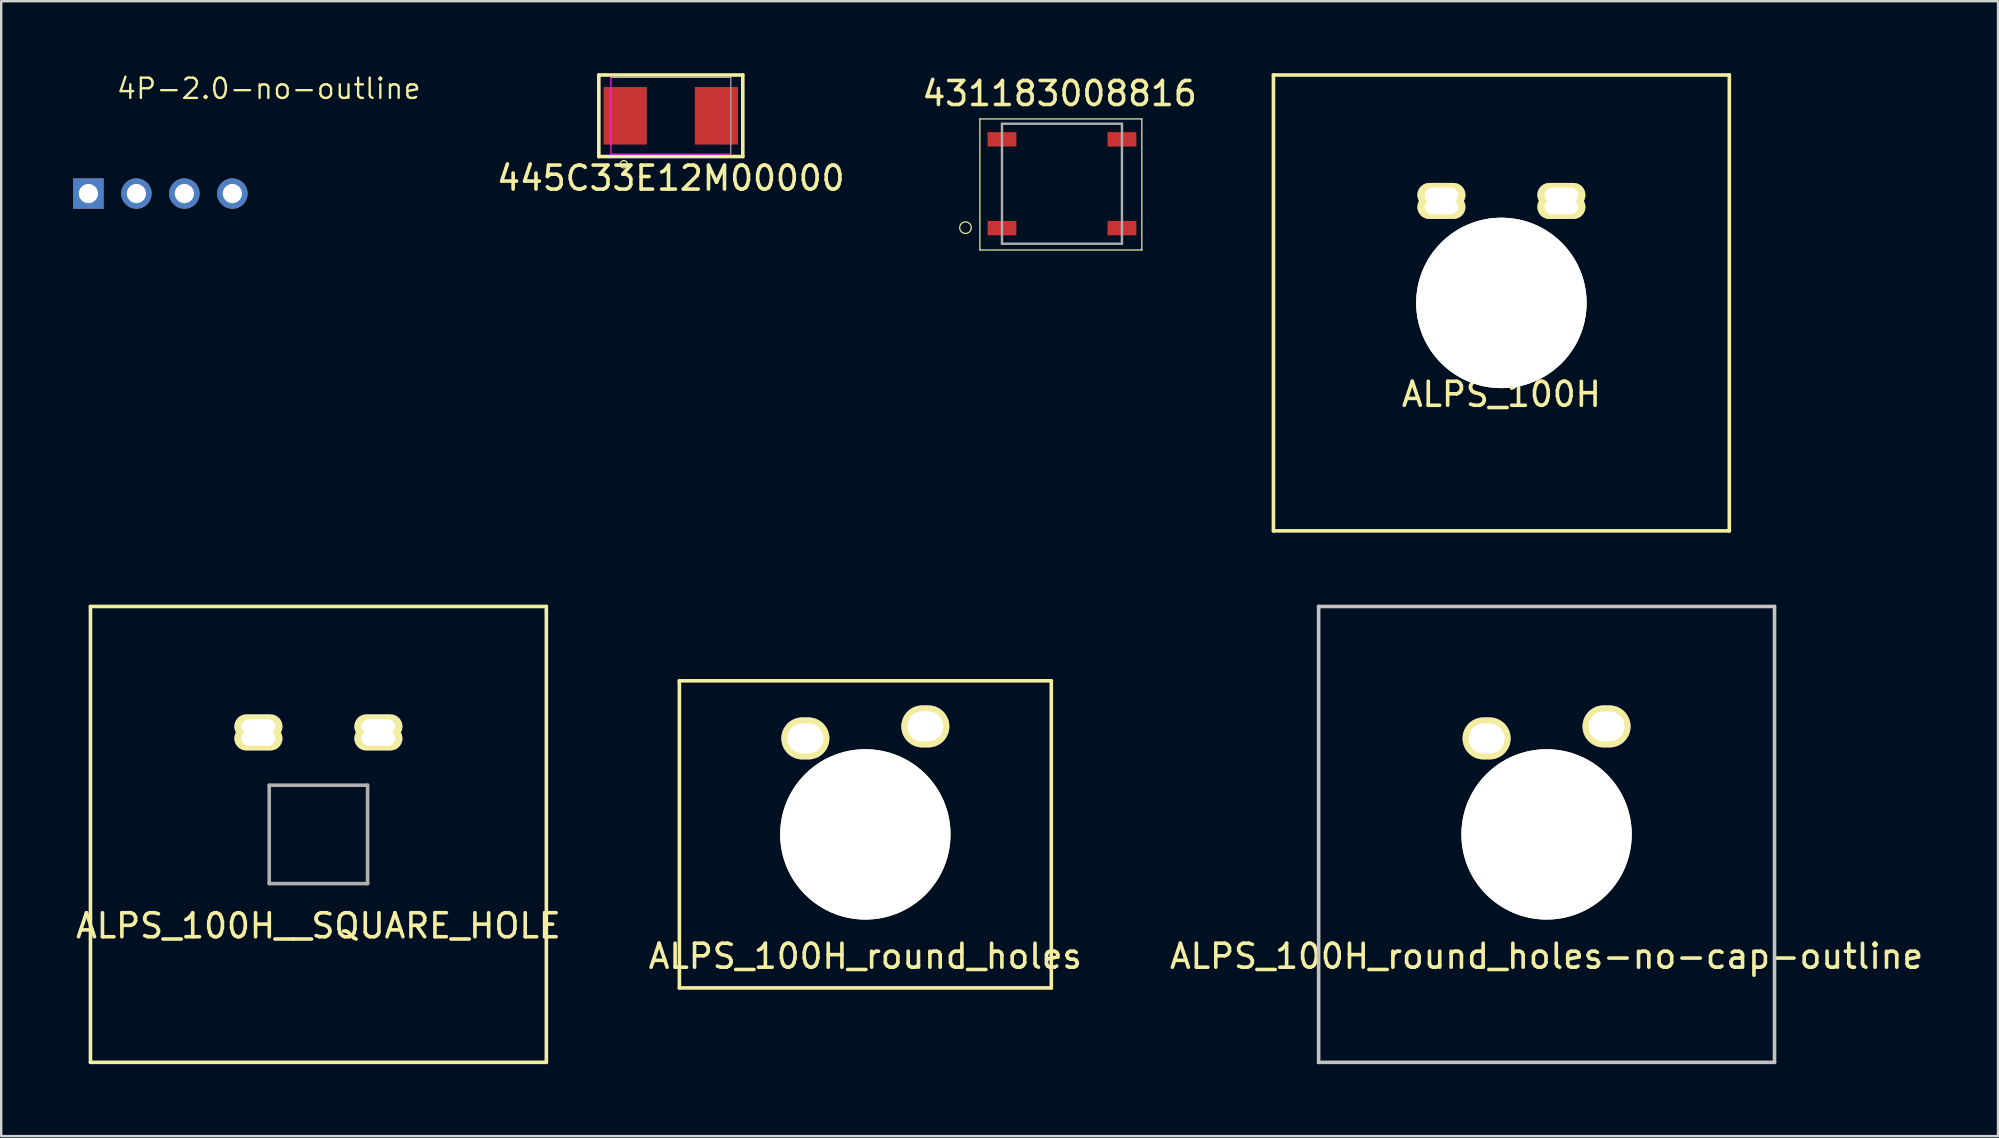
<source format=kicad_pcb>
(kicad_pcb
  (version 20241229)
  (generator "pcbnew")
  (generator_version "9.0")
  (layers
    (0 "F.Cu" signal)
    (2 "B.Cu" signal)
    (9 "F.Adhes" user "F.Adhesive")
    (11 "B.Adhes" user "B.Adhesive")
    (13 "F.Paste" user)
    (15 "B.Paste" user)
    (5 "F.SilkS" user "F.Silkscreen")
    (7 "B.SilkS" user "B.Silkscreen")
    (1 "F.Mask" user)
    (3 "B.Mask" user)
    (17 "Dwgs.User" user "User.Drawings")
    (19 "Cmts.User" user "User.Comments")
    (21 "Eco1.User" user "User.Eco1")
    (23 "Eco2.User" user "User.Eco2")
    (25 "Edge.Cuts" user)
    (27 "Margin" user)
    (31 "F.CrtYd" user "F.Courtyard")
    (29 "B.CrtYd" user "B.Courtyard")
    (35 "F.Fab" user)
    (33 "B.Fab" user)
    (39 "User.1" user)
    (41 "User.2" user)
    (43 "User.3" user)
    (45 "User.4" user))
  (footprint "4P-2.0-no-outline"
    (layer "F.Cu")
    (at 3.635 5.017)
    (property "Reference" "4P-2.0-no-outline" (at -1.884 -3.879 0) (layer "F.SilkS") (effects (font (size 0.845 0.845) (thickness 0.098)) (justify left bottom)))
    (attr through_hole)
    (pad "1" thru_hole rect (at -3 0) (size 1.27 1.27) (drill 0.8) (layers "*.Cu" "*.Mask"))
    (pad "2" thru_hole circle (at -1 0) (size 1.27 1.27) (drill 0.8) (layers "*.Cu" "*.Mask"))
    (pad "3" thru_hole circle (at 1 0) (size 1.27 1.27) (drill 0.8) (layers "*.Cu" "*.Mask"))
    (pad "4" thru_hole circle (at 3 0) (size 1.27 1.27) (drill 0.8) (layers "*.Cu" "*.Mask")))
  (footprint "ALPS_100H_round_holes"
    (layer "F.Cu")
    (at 33.015 31.725)
    (property "Reference" "ALPS_100H_round_holes" (at 0 5.08 0) (layer "F.SilkS") (effects (font (size 1 1) (thickness 0.15))))
    (attr through_hole)
    (fp_line (start -7.75 -6.4) (end 7.75 -6.4) (stroke (width 0.15) (type solid)) (layer "F.SilkS"))
    (fp_line (start -7.75 6.4) (end -7.75 -6.4) (stroke (width 0.15) (type solid)) (layer "F.SilkS"))
    (fp_line (start 7.75 -6.4) (end 7.75 6.4) (stroke (width 0.15) (type solid)) (layer "F.SilkS"))
    (fp_line (start 7.75 6.4) (end -7.75 6.4) (stroke (width 0.15) (type solid)) (layer "F.SilkS"))
    (fp_line (start -9.5 9.5) (end -9.5 -9.5) (stroke (width 0.15) (type solid)) (layer "Eco1.User"))
    (fp_line (start -9.5 9.5) (end 9.5 9.5) (stroke (width 0.15) (type solid)) (layer "Eco1.User"))
    (fp_line (start 9.5 -9.5) (end -9.5 -9.5) (stroke (width 0.15) (type solid)) (layer "Eco1.User"))
    (fp_line (start 9.5 -9.5) (end 9.5 9.5) (stroke (width 0.15) (type solid)) (layer "Eco1.User"))
    (pad "" np_thru_hole circle (at 0 0) (size 7.1 7.1) (drill 7.1) (layers "*.Cu" "*.Mask" "F.SilkS"))
    (pad "1" thru_hole oval (at 2.5 -4.5) (size 2 1.75) (drill oval 1.5 1.25) (layers "*.Cu" "*.Mask" "F.SilkS"))
    (pad "2" thru_hole oval (at -2.5 -4) (size 2 1.75) (drill oval 1.5 1.25) (layers "*.Cu" "*.Mask" "F.SilkS")))
  (footprint "ALPS_100H"
    (layer "F.Cu")
    (at 59.523 9.575)
    (property "Reference" "ALPS_100H" (at 0 3.81 0) (layer "F.SilkS") (effects (font (size 1 1) (thickness 0.15))))
    (attr through_hole)
    (fp_line (start -9.5 9.5) (end -9.5 -9.5) (stroke (width 0.15) (type solid)) (layer "F.SilkS"))
    (fp_line (start -9.5 9.5) (end 9.5 9.5) (stroke (width 0.15) (type solid)) (layer "F.SilkS"))
    (fp_line (start 9.5 -9.5) (end -9.5 -9.5) (stroke (width 0.15) (type solid)) (layer "F.SilkS"))
    (fp_line (start 9.5 -9.5) (end 9.5 9.5) (stroke (width 0.15) (type solid)) (layer "F.SilkS"))
    (fp_line (start -7.75 -6.4) (end 7.75 -6.4) (stroke (width 0.15) (type solid)) (layer "Eco1.User"))
    (fp_line (start -7.75 6.4) (end -7.75 -6.4) (stroke (width 0.15) (type solid)) (layer "Eco1.User"))
    (fp_line (start 7.75 -6.4) (end 7.75 6.4) (stroke (width 0.15) (type solid)) (layer "Eco1.User"))
    (fp_line (start 7.75 6.4) (end -7.75 6.4) (stroke (width 0.15) (type solid)) (layer "Eco1.User"))
    (pad "0" thru_hole circle (at 0 0) (size 7.1 7.1) (drill 7.1) (layers "*.Cu" "*.Mask" "F.SilkS"))
    (pad "1" thru_hole oval (at 2.5 -4.5) (size 2 1) (drill oval 1.4 0.6) (layers "*.Cu" "*.Mask" "F.SilkS"))
    (pad "1" thru_hole oval (at 2.5 -4) (size 2 1) (drill oval 1.4 0.6) (layers "*.Cu" "*.Mask" "F.SilkS"))
    (pad "2" thru_hole oval (at -2.5 -4.5) (size 2 1) (drill oval 1.4 0.6) (layers "*.Cu" "*.Mask" "F.SilkS"))
    (pad "2" thru_hole oval (at -2.5 -4) (size 2 1) (drill oval 1.4 0.6) (layers "*.Cu" "*.Mask" "F.SilkS")))
  (footprint "ALPS_100H_round_holes-no-cap-outline"
    (layer "F.Cu")
    (at 61.406 31.725)
    (property "Reference" "ALPS_100H_round_holes-no-cap-outline" (at 0 5.08 0) (layer "F.SilkS") (effects (font (size 1 1) (thickness 0.15))))
    (attr through_hole)
    (fp_line (start -9.5 9.5) (end -9.5 -9.5) (stroke (width 0.15) (type solid)) (layer "Dwgs.User"))
    (fp_line (start -9.5 9.5) (end 9.5 9.5) (stroke (width 0.15) (type solid)) (layer "Dwgs.User"))
    (fp_line (start 9.5 -9.5) (end -9.5 -9.5) (stroke (width 0.15) (type solid)) (layer "Dwgs.User"))
    (fp_line (start 9.5 -9.5) (end 9.5 9.5) (stroke (width 0.15) (type solid)) (layer "Dwgs.User"))
    (fp_line (start -7.75 -6.4) (end 7.75 -6.4) (stroke (width 0.15) (type solid)) (layer "Eco1.User"))
    (fp_line (start -7.75 6.4) (end -7.75 -6.4) (stroke (width 0.15) (type solid)) (layer "Eco1.User"))
    (fp_line (start 7.75 -6.4) (end 7.75 6.4) (stroke (width 0.15) (type solid)) (layer "Eco1.User"))
    (fp_line (start 7.75 6.4) (end -7.75 6.4) (stroke (width 0.15) (type solid)) (layer "Eco1.User"))
    (pad "" np_thru_hole circle (at 0 0) (size 7.1 7.1) (drill 7.1) (layers "*.Cu" "*.Mask" "F.SilkS"))
    (pad "1" thru_hole oval (at -2.5 -4) (size 2 1.75) (drill oval 1.5 1.25) (layers "*.Cu" "*.Mask" "F.SilkS"))
    (pad "2" thru_hole oval (at 2.5 -4.5) (size 2 1.75) (drill oval 1.5 1.25) (layers "*.Cu" "*.Mask" "F.SilkS")))
  (footprint "445C33E12M00000"
    (layer "F.Cu")
    (at 24.907 1.775)
    (property "Reference" "445C33E12M00000" (at 0 2.6 0) (layer "F.SilkS") (effects (font (size 1 1) (thickness 0.15))))
    (attr smd)
    (fp_line (start -3 -1.7) (end 3 -1.7) (stroke (width 0.15) (type solid)) (layer "F.SilkS"))
    (fp_line (start -3 1.7) (end -3 -1.7) (stroke (width 0.15) (type solid)) (layer "F.SilkS"))
    (fp_line (start 3 -1.7) (end 3 1.7) (stroke (width 0.15) (type solid)) (layer "F.SilkS"))
    (fp_line (start 3 1.7) (end -3 1.7) (stroke (width 0.15) (type solid)) (layer "F.SilkS"))
    (fp_circle (center -1.96 2.02) (end -1.807 2.02) (stroke (width 0.05) (type solid)) (fill no) (layer "F.SilkS"))
    (fp_line (start -2.5 1.6) (end -2.5 -1.6) (stroke (width 0.05) (type solid)) (layer "F.CrtYd"))
    (fp_line (start 2.5 1.6) (end -2.5 1.6) (stroke (width 0.05) (type solid)) (layer "F.CrtYd"))
    (fp_line (start -2.5 -1.6) (end 2.5 -1.6) (stroke (width 0.05) (type solid)) (layer "F.Fab"))
    (fp_line (start 2.5 -1.6) (end 2.5 1.6) (stroke (width 0.05) (type solid)) (layer "F.Fab"))
    (pad "1" smd rect (at -1.9 0) (size 1.8 2.4) (layers "F.Cu" "F.Mask" "F.Paste"))
    (pad "2" smd rect (at 1.9 0) (size 1.8 2.4) (layers "F.Cu" "F.Mask" "F.Paste")))
  (footprint "431183008816"
    (layer "F.Cu")
    (at 41.209 4.608)
    (property "Reference" "431183008816" (at -0.1 -3.76 0) (layer "F.SilkS") (effects (font (size 1 1) (thickness 0.15))))
    (attr smd)
    (fp_line (start -3.42 -2.7) (end -3.42 2.76) (stroke (width 0.05) (type solid)) (layer "F.SilkS"))
    (fp_line (start -3.42 2.76) (end 3.33 2.76) (stroke (width 0.05) (type solid)) (layer "F.SilkS"))
    (fp_line (start 3.33 -2.7) (end -3.42 -2.7) (stroke (width 0.05) (type solid)) (layer "F.SilkS"))
    (fp_line (start 3.33 2.76) (end 3.33 -2.7) (stroke (width 0.05) (type solid)) (layer "F.SilkS"))
    (fp_circle (center -4.02 1.83) (end -3.779 1.83) (stroke (width 0.05) (type solid)) (fill no) (layer "F.SilkS"))
    (fp_line (start -2.5 -2.5) (end 2.5 -2.5) (stroke (width 0.1) (type solid)) (layer "F.Fab"))
    (fp_line (start -2.5 2.5) (end -2.5 -2.5) (stroke (width 0.1) (type solid)) (layer "F.Fab"))
    (fp_line (start 2.5 -2.5) (end 2.5 2.5) (stroke (width 0.1) (type solid)) (layer "F.Fab"))
    (fp_line (start 2.5 2.5) (end -2.5 2.5) (stroke (width 0.1) (type solid)) (layer "F.Fab"))
    (pad "1" smd rect (at -2.5 1.85) (size 1.2 0.6) (layers "F.Cu" "F.Mask" "F.Paste"))
    (pad "2" smd rect (at -2.5 -1.85) (size 1.2 0.6) (layers "F.Cu" "F.Mask" "F.Paste"))
    (pad "3" smd rect (at 2.5 1.85) (size 1.2 0.6) (layers "F.Cu" "F.Mask" "F.Paste"))
    (pad "4" smd rect (at 2.5 -1.85) (size 1.2 0.6) (layers "F.Cu" "F.Mask" "F.Paste")))
  (footprint "ALPS_100H__SQUARE_HOLE"
    (layer "F.Cu")
    (at 10.22 31.725)
    (property "Reference" "ALPS_100H__SQUARE_HOLE" (at 0 3.81 0) (layer "F.SilkS") (effects (font (size 1 1) (thickness 0.15))))
    (attr through_hole)
    (fp_line (start -9.5 9.5) (end -9.5 -9.5) (stroke (width 0.15) (type solid)) (layer "F.SilkS"))
    (fp_line (start -9.5 9.5) (end 9.5 9.5) (stroke (width 0.15) (type solid)) (layer "F.SilkS"))
    (fp_line (start 9.5 -9.5) (end -9.5 -9.5) (stroke (width 0.15) (type solid)) (layer "F.SilkS"))
    (fp_line (start 9.5 -9.5) (end 9.5 9.5) (stroke (width 0.15) (type solid)) (layer "F.SilkS"))
    (fp_line (start -7.75 -6.4) (end 7.75 -6.4) (stroke (width 0.15) (type solid)) (layer "Eco1.User"))
    (fp_line (start -7.75 6.4) (end -7.75 -6.4) (stroke (width 0.15) (type solid)) (layer "Eco1.User"))
    (fp_line (start 7.75 -6.4) (end 7.75 6.4) (stroke (width 0.15) (type solid)) (layer "Eco1.User"))
    (fp_line (start 7.75 6.4) (end -7.75 6.4) (stroke (width 0.15) (type solid)) (layer "Eco1.User"))
    (fp_line (start -2.05 -2.05) (end -2.05 2.05) (stroke (width 0.15) (type solid)) (layer "F.Fab"))
    (fp_line (start -2.05 -2.05) (end 2.05 -2.05) (stroke (width 0.15) (type solid)) (layer "F.Fab"))
    (fp_line (start -2.05 2.05) (end 2.05 2.05) (stroke (width 0.15) (type solid)) (layer "F.Fab"))
    (fp_line (start 2.05 2.05) (end 2.05 -2.05) (stroke (width 0.15) (type solid)) (layer "F.Fab"))
    (pad "1" thru_hole oval (at 2.5 -4.5) (size 2 1) (drill oval 1.4 0.6) (layers "*.Cu" "*.Mask" "F.SilkS"))
    (pad "1" thru_hole oval (at 2.5 -4) (size 2 1) (drill oval 1.4 0.6) (layers "*.Cu" "*.Mask" "F.SilkS"))
    (pad "2" thru_hole oval (at -2.5 -4.5) (size 2 1) (drill oval 1.4 0.6) (layers "*.Cu" "*.Mask" "F.SilkS"))
    (pad "2" thru_hole oval (at -2.5 -4) (size 2 1) (drill oval 1.4 0.6) (layers "*.Cu" "*.Mask" "F.SilkS")))
  (gr_rect
    (start -3 -3)
    (end 80.221 44.3)
    (stroke (width 0.1) (type default))
    (fill no)
    (layer "Edge.Cuts")))
</source>
